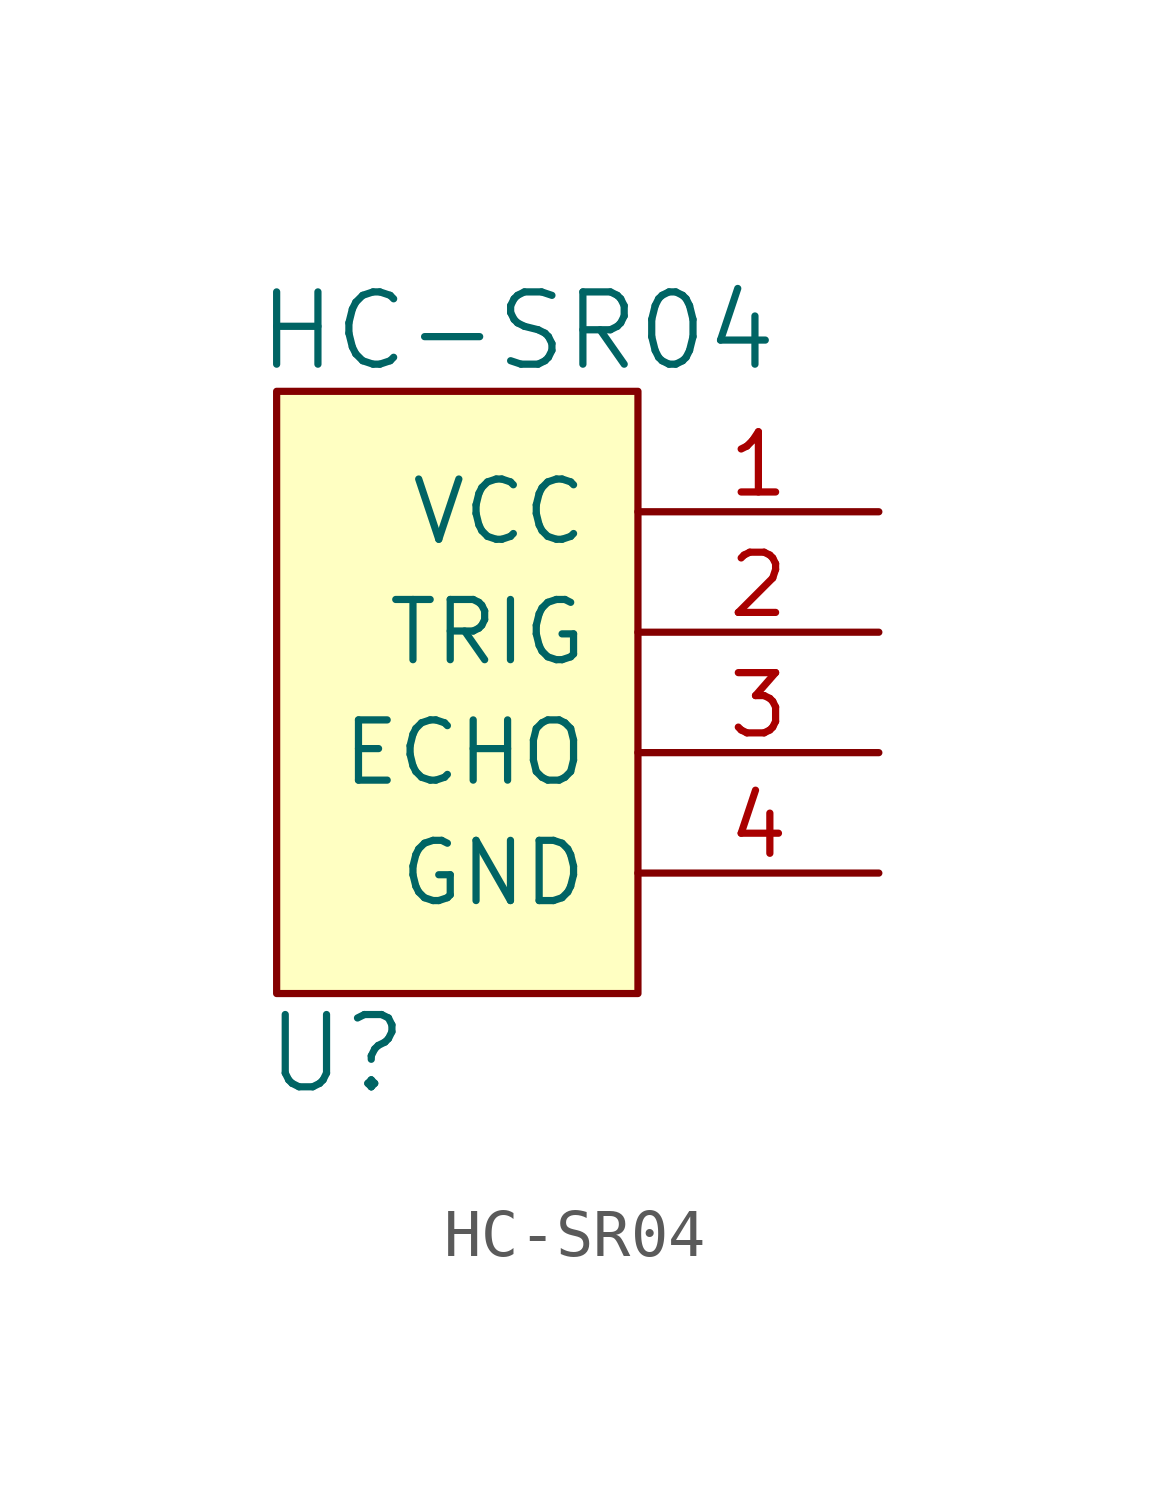
<source format=kicad_sym>
(kicad_symbol_lib
  (version 20211014)
  (generator kicad_symbol_editor)
  (symbol "HC-SR04"
    (pin_names
      (offset 1.016))
    (property "Reference" "U"
      (at -6.35 -7.62 0)
      (effects (font (size 1.524 1.524))))
    (property "Value" "HC-SR04"
      (at -2.54 7.62 0)
      (effects (font (size 1.524 1.524))))
    (property "Footprint" ""
      (at 0 0 0)
      (effects (font (size 1.524 1.524))))
    (property "Datasheet" ""
      (at 0 0 0)
      (effects (font (size 1.524 1.524))))
    (symbol "HC-SR04_0_1"
      (rectangle (start 0 6.35) (end -7.62 -6.35) (stroke (width 0) (type default) (color 0 0 0 0)) (fill (type background))))
    (symbol "HC-SR04_1_1"
      (pin input line (at 5.08 3.81 180) (length 5.08) (name "VCC" (effects (font (size 1.27 1.27)))) (number "1" (effects (font (size 1.27 1.27)))))
      (pin input line (at 5.08 1.27 180) (length 5.08) (name "TRIG" (effects (font (size 1.27 1.27)))) (number "2" (effects (font (size 1.27 1.27)))))
      (pin input line (at 5.08 -1.27 180) (length 5.08) (name "ECHO" (effects (font (size 1.27 1.27)))) (number "3" (effects (font (size 1.27 1.27)))))
      (pin input line (at 5.08 -3.81 180) (length 5.08) (name "GND" (effects (font (size 1.27 1.27)))) (number "4" (effects (font (size 1.27 1.27))))))))
</source>
